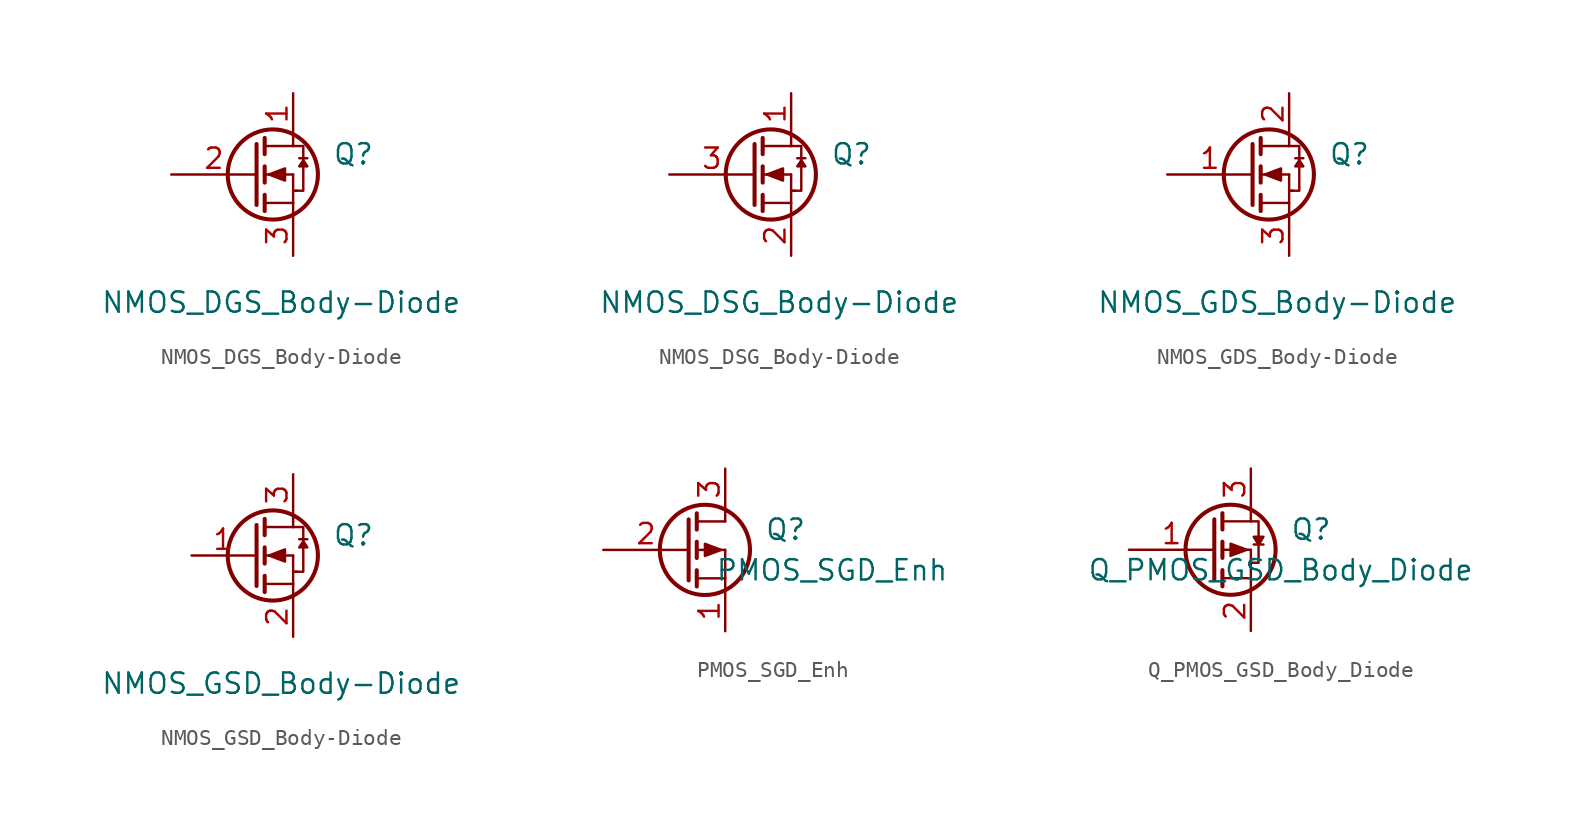
<source format=kicad_sym>
(kicad_symbol_lib
  (version 20241209)
  (generator "kicad_symbol_editor")
  (generator_version "9.0")
  (symbol "NMOS_DGS_Body-Diode"
    (pin_names
      (offset 0)
      (hide yes))
    (property "Reference" "Q"
      (at 7.62 1.27 0)
      (effects (font (size 1.27 1.27)) (justify right)))
    (property "Value" "NMOS_DGS_Body-Diode"
      (at 13.081 -8.001 0)
      (effects (font (size 1.27 1.27)) (justify right)))
    (property "Footprint" ""
      (at 5.08 2.54 0)
      (effects (font (size 1.27 1.27))))
    (property "Datasheet" ""
      (at 0 0 0)
      (effects (font (size 1.27 1.27))))
    (symbol "NMOS_DGS_Body-Diode_0_1"
      (polyline (pts (xy 0.254 1.905) (xy 0.254 -1.905) (xy 0.254 -1.905)) (stroke (width 0.254) (type solid)) (fill (type none)))
      (polyline (pts (xy 0.762 2.286) (xy 0.762 1.27)) (stroke (width 0.254) (type solid)) (fill (type none)))
      (polyline (pts (xy 0.762 1.778) (xy 2.54 1.778)) (stroke (width 0) (type solid)) (fill (type none)))
      (polyline (pts (xy 0.762 0.508) (xy 0.762 -0.508)) (stroke (width 0.254) (type solid)) (fill (type none)))
      (polyline (pts (xy 0.762 0) (xy 2.54 0)) (stroke (width 0) (type solid)) (fill (type none)))
      (polyline (pts (xy 0.762 -1.27) (xy 0.762 -2.286)) (stroke (width 0.254) (type solid)) (fill (type none)))
      (polyline (pts (xy 0.762 -1.778) (xy 2.54 -1.778)) (stroke (width 0) (type solid)) (fill (type none)))
      (polyline (pts (xy 1.016 0) (xy 2.032 0.381) (xy 2.032 -0.381) (xy 1.016 0)) (stroke (width 0) (type solid)) (fill (type outline)))
      (circle (center 1.27 0) (radius 2.819) (stroke (width 0.254) (type solid)) (fill (type none)))
      (polyline (pts (xy 2.54 2.54) (xy 2.54 1.778)) (stroke (width 0) (type solid)) (fill (type none)))
      (polyline (pts (xy 2.54 -1.778) (xy 2.54 0)) (stroke (width 0) (type solid)) (fill (type none)))
      (polyline (pts (xy 2.54 -1.778) (xy 2.54 -2.54)) (stroke (width 0) (type solid)) (fill (type none)))
      (polyline (pts (xy 2.667 -1.016) (xy 3.175 -1.016) (xy 3.175 1.778) (xy 2.54 1.778)) (stroke (width 0) (type solid)) (fill (type none)))
      (polyline (pts (xy 2.794 -1.016) (xy 2.54 -1.016)) (stroke (width 0) (type solid)) (fill (type none)))
      (polyline (pts (xy 2.921 1.016) (xy 3.429 1.016)) (stroke (width 0) (type solid)) (fill (type none)))
      (polyline (pts (xy 3.175 0.889) (xy 2.921 0.508) (xy 3.429 0.508) (xy 3.175 0.889)) (stroke (width 0) (type solid)) (fill (type outline))))
    (symbol "NMOS_DGS_Body-Diode_1_1"
      (pin input line (at -5.08 0 0) (length 5.334) (name "G" (effects (font (size 1.27 1.27)))) (number "2" (effects (font (size 1.27 1.27)))))
      (pin passive line (at 2.54 5.08 270) (length 2.54) (name "D" (effects (font (size 1.27 1.27)))) (number "1" (effects (font (size 1.27 1.27)))))
      (pin passive line (at 2.54 -5.08 90) (length 2.54) (name "S" (effects (font (size 1.27 1.27)))) (number "3" (effects (font (size 1.27 1.27)))))))
  (symbol "NMOS_DSG_Body-Diode"
    (pin_names
      (offset 0)
      (hide yes))
    (property "Reference" "Q"
      (at 7.62 1.27 0)
      (effects (font (size 1.27 1.27)) (justify right)))
    (property "Value" "NMOS_DSG_Body-Diode"
      (at 13.081 -8.001 0)
      (effects (font (size 1.27 1.27)) (justify right)))
    (property "Footprint" ""
      (at 5.08 2.54 0)
      (effects (font (size 1.27 1.27))))
    (property "Datasheet" ""
      (at 0 0 0)
      (effects (font (size 1.27 1.27))))
    (symbol "NMOS_DSG_Body-Diode_0_1"
      (polyline (pts (xy 0.254 1.905) (xy 0.254 -1.905) (xy 0.254 -1.905)) (stroke (width 0.254) (type solid)) (fill (type none)))
      (polyline (pts (xy 0.762 2.286) (xy 0.762 1.27)) (stroke (width 0.254) (type solid)) (fill (type none)))
      (polyline (pts (xy 0.762 1.778) (xy 2.54 1.778)) (stroke (width 0) (type solid)) (fill (type none)))
      (polyline (pts (xy 0.762 0.508) (xy 0.762 -0.508)) (stroke (width 0.254) (type solid)) (fill (type none)))
      (polyline (pts (xy 0.762 0) (xy 2.54 0)) (stroke (width 0) (type solid)) (fill (type none)))
      (polyline (pts (xy 0.762 -1.27) (xy 0.762 -2.286)) (stroke (width 0.254) (type solid)) (fill (type none)))
      (polyline (pts (xy 0.762 -1.778) (xy 2.54 -1.778)) (stroke (width 0) (type solid)) (fill (type none)))
      (polyline (pts (xy 1.016 0) (xy 2.032 0.381) (xy 2.032 -0.381) (xy 1.016 0)) (stroke (width 0) (type solid)) (fill (type outline)))
      (circle (center 1.27 0) (radius 2.819) (stroke (width 0.254) (type solid)) (fill (type none)))
      (polyline (pts (xy 2.54 2.54) (xy 2.54 1.778)) (stroke (width 0) (type solid)) (fill (type none)))
      (polyline (pts (xy 2.54 -1.778) (xy 2.54 0)) (stroke (width 0) (type solid)) (fill (type none)))
      (polyline (pts (xy 2.54 -1.778) (xy 2.54 -2.54)) (stroke (width 0) (type solid)) (fill (type none)))
      (polyline (pts (xy 2.667 -1.016) (xy 3.175 -1.016) (xy 3.175 1.778) (xy 2.54 1.778)) (stroke (width 0) (type solid)) (fill (type none)))
      (polyline (pts (xy 2.794 -1.016) (xy 2.54 -1.016)) (stroke (width 0) (type solid)) (fill (type none)))
      (polyline (pts (xy 2.921 1.016) (xy 3.429 1.016)) (stroke (width 0) (type solid)) (fill (type none)))
      (polyline (pts (xy 3.175 0.889) (xy 2.921 0.508) (xy 3.429 0.508) (xy 3.175 0.889)) (stroke (width 0) (type solid)) (fill (type outline))))
    (symbol "NMOS_DSG_Body-Diode_1_1"
      (pin input line (at -5.08 0 0) (length 5.334) (name "G" (effects (font (size 1.27 1.27)))) (number "3" (effects (font (size 1.27 1.27)))))
      (pin passive line (at 2.54 5.08 270) (length 2.54) (name "D" (effects (font (size 1.27 1.27)))) (number "1" (effects (font (size 1.27 1.27)))))
      (pin passive line (at 2.54 -5.08 90) (length 2.54) (name "S" (effects (font (size 1.27 1.27)))) (number "2" (effects (font (size 1.27 1.27)))))))
  (symbol "NMOS_GDS_Body-Diode"
    (pin_names
      (offset 0)
      (hide yes))
    (property "Reference" "Q"
      (at 7.62 1.27 0)
      (effects (font (size 1.27 1.27)) (justify right)))
    (property "Value" "NMOS_GDS_Body-Diode"
      (at 13.081 -8.001 0)
      (effects (font (size 1.27 1.27)) (justify right)))
    (property "Footprint" ""
      (at 5.08 2.54 0)
      (effects (font (size 1.27 1.27))))
    (property "Datasheet" ""
      (at 0 0 0)
      (effects (font (size 1.27 1.27))))
    (symbol "NMOS_GDS_Body-Diode_0_1"
      (polyline (pts (xy 0.254 1.905) (xy 0.254 -1.905) (xy 0.254 -1.905)) (stroke (width 0.254) (type solid)) (fill (type none)))
      (polyline (pts (xy 0.762 2.286) (xy 0.762 1.27)) (stroke (width 0.254) (type solid)) (fill (type none)))
      (polyline (pts (xy 0.762 1.778) (xy 2.54 1.778)) (stroke (width 0) (type solid)) (fill (type none)))
      (polyline (pts (xy 0.762 0.508) (xy 0.762 -0.508)) (stroke (width 0.254) (type solid)) (fill (type none)))
      (polyline (pts (xy 0.762 0) (xy 2.54 0)) (stroke (width 0) (type solid)) (fill (type none)))
      (polyline (pts (xy 0.762 -1.27) (xy 0.762 -2.286)) (stroke (width 0.254) (type solid)) (fill (type none)))
      (polyline (pts (xy 0.762 -1.778) (xy 2.54 -1.778)) (stroke (width 0) (type solid)) (fill (type none)))
      (polyline (pts (xy 1.016 0) (xy 2.032 0.381) (xy 2.032 -0.381) (xy 1.016 0)) (stroke (width 0) (type solid)) (fill (type outline)))
      (circle (center 1.27 0) (radius 2.819) (stroke (width 0.254) (type solid)) (fill (type none)))
      (polyline (pts (xy 2.54 2.54) (xy 2.54 1.778)) (stroke (width 0) (type solid)) (fill (type none)))
      (polyline (pts (xy 2.54 -1.778) (xy 2.54 0)) (stroke (width 0) (type solid)) (fill (type none)))
      (polyline (pts (xy 2.54 -1.778) (xy 2.54 -2.54)) (stroke (width 0) (type solid)) (fill (type none)))
      (polyline (pts (xy 2.667 -1.016) (xy 3.175 -1.016) (xy 3.175 1.778) (xy 2.54 1.778)) (stroke (width 0) (type solid)) (fill (type none)))
      (polyline (pts (xy 2.794 -1.016) (xy 2.54 -1.016)) (stroke (width 0) (type solid)) (fill (type none)))
      (polyline (pts (xy 2.921 1.016) (xy 3.429 1.016)) (stroke (width 0) (type solid)) (fill (type none)))
      (polyline (pts (xy 3.175 0.889) (xy 2.921 0.508) (xy 3.429 0.508) (xy 3.175 0.889)) (stroke (width 0) (type solid)) (fill (type outline))))
    (symbol "NMOS_GDS_Body-Diode_1_1"
      (pin input line (at -5.08 0 0) (length 5.334) (name "G" (effects (font (size 1.27 1.27)))) (number "1" (effects (font (size 1.27 1.27)))))
      (pin passive line (at 2.54 5.08 270) (length 2.54) (name "D" (effects (font (size 1.27 1.27)))) (number "2" (effects (font (size 1.27 1.27)))))
      (pin passive line (at 2.54 -5.08 90) (length 2.54) (name "S" (effects (font (size 1.27 1.27)))) (number "3" (effects (font (size 1.27 1.27)))))))
  (symbol "NMOS_GSD_Body-Diode"
    (pin_names
      (offset 0)
      (hide yes))
    (property "Reference" "Q"
      (at 7.62 1.27 0)
      (effects (font (size 1.27 1.27)) (justify right)))
    (property "Value" "NMOS_GSD_Body-Diode"
      (at 13.081 -8.001 0)
      (effects (font (size 1.27 1.27)) (justify right)))
    (property "Footprint" ""
      (at 5.08 2.54 0)
      (effects (font (size 1.27 1.27))))
    (property "Datasheet" ""
      (at 0 0 0)
      (effects (font (size 1.27 1.27))))
    (symbol "NMOS_GSD_Body-Diode_0_1"
      (polyline (pts (xy 0.254 1.905) (xy 0.254 -1.905) (xy 0.254 -1.905)) (stroke (width 0.254) (type solid)) (fill (type none)))
      (polyline (pts (xy 0.762 2.286) (xy 0.762 1.27)) (stroke (width 0.254) (type solid)) (fill (type none)))
      (polyline (pts (xy 0.762 1.778) (xy 2.54 1.778)) (stroke (width 0) (type solid)) (fill (type none)))
      (polyline (pts (xy 0.762 0.508) (xy 0.762 -0.508)) (stroke (width 0.254) (type solid)) (fill (type none)))
      (polyline (pts (xy 0.762 0) (xy 2.54 0)) (stroke (width 0) (type solid)) (fill (type none)))
      (polyline (pts (xy 0.762 -1.27) (xy 0.762 -2.286)) (stroke (width 0.254) (type solid)) (fill (type none)))
      (polyline (pts (xy 0.762 -1.778) (xy 2.54 -1.778)) (stroke (width 0) (type solid)) (fill (type none)))
      (polyline (pts (xy 1.016 0) (xy 2.032 0.381) (xy 2.032 -0.381) (xy 1.016 0)) (stroke (width 0) (type solid)) (fill (type outline)))
      (circle (center 1.27 0) (radius 2.819) (stroke (width 0.254) (type solid)) (fill (type none)))
      (polyline (pts (xy 2.54 2.54) (xy 2.54 1.778)) (stroke (width 0) (type solid)) (fill (type none)))
      (polyline (pts (xy 2.54 -1.778) (xy 2.54 0)) (stroke (width 0) (type solid)) (fill (type none)))
      (polyline (pts (xy 2.54 -1.778) (xy 2.54 -2.54)) (stroke (width 0) (type solid)) (fill (type none)))
      (polyline (pts (xy 2.667 -1.016) (xy 3.175 -1.016) (xy 3.175 1.778) (xy 2.54 1.778)) (stroke (width 0) (type solid)) (fill (type none)))
      (polyline (pts (xy 2.794 -1.016) (xy 2.54 -1.016)) (stroke (width 0) (type solid)) (fill (type none)))
      (polyline (pts (xy 2.921 1.016) (xy 3.429 1.016)) (stroke (width 0) (type solid)) (fill (type none)))
      (polyline (pts (xy 3.175 0.889) (xy 2.921 0.508) (xy 3.429 0.508) (xy 3.175 0.889)) (stroke (width 0) (type solid)) (fill (type outline))))
    (symbol "NMOS_GSD_Body-Diode_1_1"
      (pin input line (at -3.81 0 0) (length 3.937) (name "G" (effects (font (size 1.27 1.27)))) (number "1" (effects (font (size 1.27 1.27)))))
      (pin passive line (at 2.54 5.08 270) (length 2.54) (name "D" (effects (font (size 1.27 1.27)))) (number "3" (effects (font (size 1.27 1.27)))))
      (pin passive line (at 2.54 -5.08 90) (length 2.54) (name "S" (effects (font (size 1.27 1.27)))) (number "2" (effects (font (size 1.27 1.27)))))))
  (symbol "PMOS_SGD_Enh"
    (pin_names
      (offset 0)
      (hide yes))
    (property "Reference" "Q"
      (at 7.62 1.27 0)
      (effects (font (size 1.27 1.27)) (justify right)))
    (property "Value" "PMOS_SGD_Enh"
      (at 16.51 -1.27 0)
      (effects (font (size 1.27 1.27)) (justify right)))
    (property "Footprint" ""
      (at 5.08 2.54 0)
      (effects (font (size 1.27 1.27))))
    (property "Datasheet" ""
      (at 0 0 0)
      (effects (font (size 1.27 1.27))))
    (symbol "PMOS_SGD_Enh_0_1"
      (polyline (pts (xy 0.254 1.905) (xy 0.254 -1.905) (xy 0.254 -1.905)) (stroke (width 0.254) (type solid)) (fill (type none)))
      (polyline (pts (xy 0.762 2.286) (xy 0.762 1.27)) (stroke (width 0.254) (type solid)) (fill (type none)))
      (polyline (pts (xy 0.762 1.778) (xy 2.54 1.778)) (stroke (width 0) (type solid)) (fill (type none)))
      (polyline (pts (xy 0.762 0.508) (xy 0.762 -0.508)) (stroke (width 0.254) (type solid)) (fill (type none)))
      (polyline (pts (xy 0.762 0) (xy 2.54 0)) (stroke (width 0) (type solid)) (fill (type none)))
      (polyline (pts (xy 0.762 -1.27) (xy 0.762 -2.286)) (stroke (width 0.254) (type solid)) (fill (type none)))
      (polyline (pts (xy 0.762 -1.778) (xy 2.54 -1.778)) (stroke (width 0) (type solid)) (fill (type none)))
      (circle (center 1.27 0) (radius 2.819) (stroke (width 0.254) (type solid)) (fill (type none)))
      (polyline (pts (xy 2.286 0) (xy 1.27 -0.381) (xy 1.27 0.381) (xy 2.286 0)) (stroke (width 0) (type solid)) (fill (type outline)))
      (polyline (pts (xy 2.54 2.54) (xy 2.54 1.778)) (stroke (width 0) (type solid)) (fill (type none)))
      (polyline (pts (xy 2.54 -1.778) (xy 2.54 0)) (stroke (width 0) (type solid)) (fill (type none)))
      (polyline (pts (xy 2.54 -1.778) (xy 2.54 -2.54)) (stroke (width 0) (type solid)) (fill (type none))))
    (symbol "PMOS_SGD_Enh_1_1"
      (pin input line (at -5.08 0 0) (length 5.334) (name "G" (effects (font (size 1.27 1.27)))) (number "2" (effects (font (size 1.27 1.27)))))
      (pin passive line (at 2.54 5.08 270) (length 2.54) (name "D" (effects (font (size 1.27 1.27)))) (number "3" (effects (font (size 1.27 1.27)))))
      (pin passive line (at 2.54 -5.08 90) (length 2.54) (name "S" (effects (font (size 1.27 1.27)))) (number "1" (effects (font (size 1.27 1.27)))))))
  (symbol "Q_PMOS_GSD_Body_Diode"
    (pin_names
      (offset 0)
      (hide yes))
    (property "Reference" "Q"
      (at 7.62 1.27 0)
      (effects (font (size 1.27 1.27)) (justify right)))
    (property "Value" "Q_PMOS_GSD_Body_Diode"
      (at 16.51 -1.27 0)
      (effects (font (size 1.27 1.27)) (justify right)))
    (property "Footprint" ""
      (at 5.08 2.54 0)
      (effects (font (size 1.27 1.27))))
    (property "Datasheet" ""
      (at 0 0 0)
      (effects (font (size 1.27 1.27))))
    (symbol "Q_PMOS_GSD_Body_Diode_0_1"
      (polyline (pts (xy 0.254 1.905) (xy 0.254 -1.905) (xy 0.254 -1.905)) (stroke (width 0.254) (type solid)) (fill (type none)))
      (polyline (pts (xy 0.762 2.286) (xy 0.762 1.27)) (stroke (width 0.254) (type solid)) (fill (type none)))
      (polyline (pts (xy 0.762 1.778) (xy 2.54 1.778)) (stroke (width 0) (type solid)) (fill (type none)))
      (polyline (pts (xy 0.762 0.508) (xy 0.762 -0.508)) (stroke (width 0.254) (type solid)) (fill (type none)))
      (polyline (pts (xy 0.762 0) (xy 2.54 0)) (stroke (width 0) (type solid)) (fill (type none)))
      (polyline (pts (xy 0.762 -1.27) (xy 0.762 -2.286)) (stroke (width 0.254) (type solid)) (fill (type none)))
      (polyline (pts (xy 0.762 -1.778) (xy 2.54 -1.778)) (stroke (width 0) (type solid)) (fill (type none)))
      (circle (center 1.27 0) (radius 2.819) (stroke (width 0.254) (type solid)) (fill (type none)))
      (polyline (pts (xy 2.286 0) (xy 1.27 -0.381) (xy 1.27 0.381) (xy 2.286 0)) (stroke (width 0) (type solid)) (fill (type outline)))
      (polyline (pts (xy 2.54 2.54) (xy 2.54 1.778)) (stroke (width 0) (type solid)) (fill (type none)))
      (polyline (pts (xy 2.54 1.778) (xy 3.023 1.778) (xy 3.023 -0.813) (xy 2.591 -0.813)) (stroke (width 0) (type solid)) (fill (type none)))
      (polyline (pts (xy 2.54 -1.778) (xy 2.54 0)) (stroke (width 0) (type solid)) (fill (type none)))
      (polyline (pts (xy 2.54 -1.778) (xy 2.54 -2.54)) (stroke (width 0) (type solid)) (fill (type none)))
      (polyline (pts (xy 2.718 0.33) (xy 3.327 0.33)) (stroke (width 0) (type solid)) (fill (type none)))
      (polyline (pts (xy 3.023 0.305) (xy 2.718 0.813) (xy 3.327 0.813) (xy 3.048 0.33)) (stroke (width 0) (type solid)) (fill (type outline))))
    (symbol "Q_PMOS_GSD_Body_Diode_1_1"
      (pin input line (at -5.08 0 0) (length 5.334) (name "G" (effects (font (size 1.27 1.27)))) (number "1" (effects (font (size 1.27 1.27)))))
      (pin passive line (at 2.54 5.08 270) (length 2.54) (name "D" (effects (font (size 1.27 1.27)))) (number "3" (effects (font (size 1.27 1.27)))))
      (pin passive line (at 2.54 -5.08 90) (length 2.54) (name "S" (effects (font (size 1.27 1.27)))) (number "2" (effects (font (size 1.27 1.27))))))))
</source>
